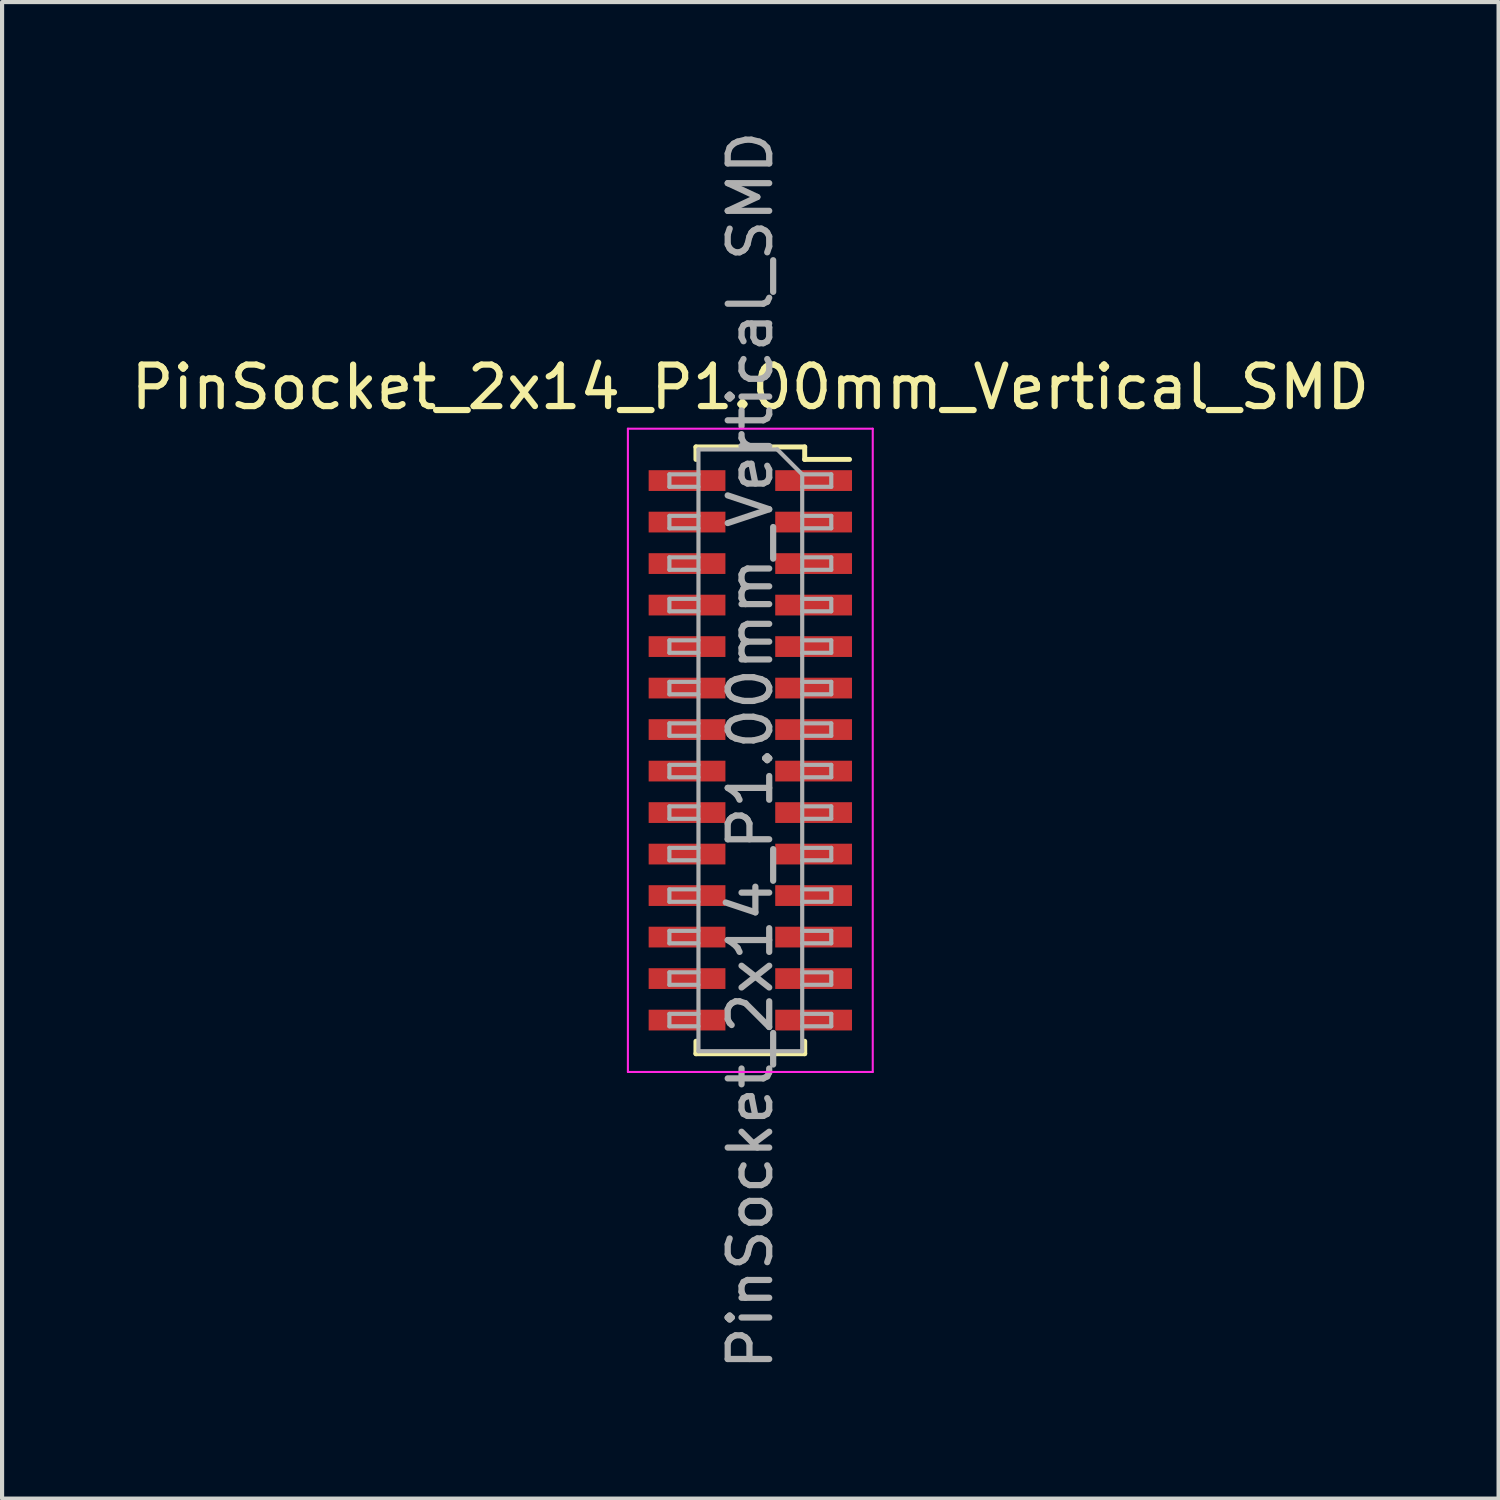
<source format=kicad_pcb>
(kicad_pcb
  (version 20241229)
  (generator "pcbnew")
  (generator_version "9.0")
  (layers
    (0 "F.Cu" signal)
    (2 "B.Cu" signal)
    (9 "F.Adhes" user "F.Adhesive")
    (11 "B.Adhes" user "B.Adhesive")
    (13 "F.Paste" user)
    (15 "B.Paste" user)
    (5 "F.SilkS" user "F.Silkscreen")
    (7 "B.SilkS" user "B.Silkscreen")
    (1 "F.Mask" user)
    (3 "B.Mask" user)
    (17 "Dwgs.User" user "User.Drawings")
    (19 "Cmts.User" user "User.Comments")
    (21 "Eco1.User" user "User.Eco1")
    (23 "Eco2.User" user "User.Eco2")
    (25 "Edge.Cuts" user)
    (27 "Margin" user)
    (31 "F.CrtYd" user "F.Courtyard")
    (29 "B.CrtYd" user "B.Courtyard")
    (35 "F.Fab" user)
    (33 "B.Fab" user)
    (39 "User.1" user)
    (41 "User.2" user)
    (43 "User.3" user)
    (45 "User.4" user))
  (footprint "PinSocket_2x14_P1.00mm_Vertical_SMD"
    (layer "F.Cu")
    (at 15.03 15.03)
    (property "Reference" "PinSocket_2x14_P1.00mm_Vertical_SMD" (at 0 -8.75 0) (layer "F.SilkS") (effects (font (size 1 1) (thickness 0.15))))
    (attr smd)
    (fp_line (start -1.31 -7.31) (end -1.31 -7.01) (stroke (width 0.12) (type solid)) (layer "F.SilkS"))
    (fp_line (start -1.31 -7.31) (end 1.31 -7.31) (stroke (width 0.12) (type solid)) (layer "F.SilkS"))
    (fp_line (start -1.31 7.01) (end -1.31 7.31) (stroke (width 0.12) (type solid)) (layer "F.SilkS"))
    (fp_line (start -1.31 7.31) (end 1.31 7.31) (stroke (width 0.12) (type solid)) (layer "F.SilkS"))
    (fp_line (start 1.31 -7.31) (end 1.31 -7.01) (stroke (width 0.12) (type solid)) (layer "F.SilkS"))
    (fp_line (start 1.31 -7.01) (end 2.39 -7.01) (stroke (width 0.12) (type solid)) (layer "F.SilkS"))
    (fp_line (start 1.31 7.01) (end 1.31 7.31) (stroke (width 0.12) (type solid)) (layer "F.SilkS"))
    (fp_line (start -2.95 -7.75) (end 2.95 -7.75) (stroke (width 0.05) (type solid)) (layer "F.CrtYd"))
    (fp_line (start -2.95 7.75) (end -2.95 -7.75) (stroke (width 0.05) (type solid)) (layer "F.CrtYd"))
    (fp_line (start 2.95 -7.75) (end 2.95 7.75) (stroke (width 0.05) (type solid)) (layer "F.CrtYd"))
    (fp_line (start 2.95 7.75) (end -2.95 7.75) (stroke (width 0.05) (type solid)) (layer "F.CrtYd"))
    (fp_line (start -1.95 -6.65) (end -1.25 -6.65) (stroke (width 0.1) (type solid)) (layer "F.Fab"))
    (fp_line (start -1.95 -6.35) (end -1.95 -6.65) (stroke (width 0.1) (type solid)) (layer "F.Fab"))
    (fp_line (start -1.95 -5.65) (end -1.25 -5.65) (stroke (width 0.1) (type solid)) (layer "F.Fab"))
    (fp_line (start -1.95 -5.35) (end -1.95 -5.65) (stroke (width 0.1) (type solid)) (layer "F.Fab"))
    (fp_line (start -1.95 -4.65) (end -1.25 -4.65) (stroke (width 0.1) (type solid)) (layer "F.Fab"))
    (fp_line (start -1.95 -4.35) (end -1.95 -4.65) (stroke (width 0.1) (type solid)) (layer "F.Fab"))
    (fp_line (start -1.95 -3.65) (end -1.25 -3.65) (stroke (width 0.1) (type solid)) (layer "F.Fab"))
    (fp_line (start -1.95 -3.35) (end -1.95 -3.65) (stroke (width 0.1) (type solid)) (layer "F.Fab"))
    (fp_line (start -1.95 -2.65) (end -1.25 -2.65) (stroke (width 0.1) (type solid)) (layer "F.Fab"))
    (fp_line (start -1.95 -2.35) (end -1.95 -2.65) (stroke (width 0.1) (type solid)) (layer "F.Fab"))
    (fp_line (start -1.95 -1.65) (end -1.25 -1.65) (stroke (width 0.1) (type solid)) (layer "F.Fab"))
    (fp_line (start -1.95 -1.35) (end -1.95 -1.65) (stroke (width 0.1) (type solid)) (layer "F.Fab"))
    (fp_line (start -1.95 -0.65) (end -1.25 -0.65) (stroke (width 0.1) (type solid)) (layer "F.Fab"))
    (fp_line (start -1.95 -0.35) (end -1.95 -0.65) (stroke (width 0.1) (type solid)) (layer "F.Fab"))
    (fp_line (start -1.95 0.35) (end -1.25 0.35) (stroke (width 0.1) (type solid)) (layer "F.Fab"))
    (fp_line (start -1.95 0.65) (end -1.95 0.35) (stroke (width 0.1) (type solid)) (layer "F.Fab"))
    (fp_line (start -1.95 1.35) (end -1.25 1.35) (stroke (width 0.1) (type solid)) (layer "F.Fab"))
    (fp_line (start -1.95 1.65) (end -1.95 1.35) (stroke (width 0.1) (type solid)) (layer "F.Fab"))
    (fp_line (start -1.95 2.35) (end -1.25 2.35) (stroke (width 0.1) (type solid)) (layer "F.Fab"))
    (fp_line (start -1.95 2.65) (end -1.95 2.35) (stroke (width 0.1) (type solid)) (layer "F.Fab"))
    (fp_line (start -1.95 3.35) (end -1.25 3.35) (stroke (width 0.1) (type solid)) (layer "F.Fab"))
    (fp_line (start -1.95 3.65) (end -1.95 3.35) (stroke (width 0.1) (type solid)) (layer "F.Fab"))
    (fp_line (start -1.95 4.35) (end -1.25 4.35) (stroke (width 0.1) (type solid)) (layer "F.Fab"))
    (fp_line (start -1.95 4.65) (end -1.95 4.35) (stroke (width 0.1) (type solid)) (layer "F.Fab"))
    (fp_line (start -1.95 5.35) (end -1.25 5.35) (stroke (width 0.1) (type solid)) (layer "F.Fab"))
    (fp_line (start -1.95 5.65) (end -1.95 5.35) (stroke (width 0.1) (type solid)) (layer "F.Fab"))
    (fp_line (start -1.95 6.35) (end -1.25 6.35) (stroke (width 0.1) (type solid)) (layer "F.Fab"))
    (fp_line (start -1.95 6.65) (end -1.95 6.35) (stroke (width 0.1) (type solid)) (layer "F.Fab"))
    (fp_line (start -1.25 -7.25) (end 0.65 -7.25) (stroke (width 0.1) (type solid)) (layer "F.Fab"))
    (fp_line (start -1.25 -6.35) (end -1.95 -6.35) (stroke (width 0.1) (type solid)) (layer "F.Fab"))
    (fp_line (start -1.25 -5.35) (end -1.95 -5.35) (stroke (width 0.1) (type solid)) (layer "F.Fab"))
    (fp_line (start -1.25 -4.35) (end -1.95 -4.35) (stroke (width 0.1) (type solid)) (layer "F.Fab"))
    (fp_line (start -1.25 -3.35) (end -1.95 -3.35) (stroke (width 0.1) (type solid)) (layer "F.Fab"))
    (fp_line (start -1.25 -2.35) (end -1.95 -2.35) (stroke (width 0.1) (type solid)) (layer "F.Fab"))
    (fp_line (start -1.25 -1.35) (end -1.95 -1.35) (stroke (width 0.1) (type solid)) (layer "F.Fab"))
    (fp_line (start -1.25 -0.35) (end -1.95 -0.35) (stroke (width 0.1) (type solid)) (layer "F.Fab"))
    (fp_line (start -1.25 0.65) (end -1.95 0.65) (stroke (width 0.1) (type solid)) (layer "F.Fab"))
    (fp_line (start -1.25 1.65) (end -1.95 1.65) (stroke (width 0.1) (type solid)) (layer "F.Fab"))
    (fp_line (start -1.25 2.65) (end -1.95 2.65) (stroke (width 0.1) (type solid)) (layer "F.Fab"))
    (fp_line (start -1.25 3.65) (end -1.95 3.65) (stroke (width 0.1) (type solid)) (layer "F.Fab"))
    (fp_line (start -1.25 4.65) (end -1.95 4.65) (stroke (width 0.1) (type solid)) (layer "F.Fab"))
    (fp_line (start -1.25 5.65) (end -1.95 5.65) (stroke (width 0.1) (type solid)) (layer "F.Fab"))
    (fp_line (start -1.25 6.65) (end -1.95 6.65) (stroke (width 0.1) (type solid)) (layer "F.Fab"))
    (fp_line (start -1.25 7.25) (end -1.25 -7.25) (stroke (width 0.1) (type solid)) (layer "F.Fab"))
    (fp_line (start 0.65 -7.25) (end 1.25 -6.65) (stroke (width 0.1) (type solid)) (layer "F.Fab"))
    (fp_line (start 1.25 -6.65) (end 1.25 7.25) (stroke (width 0.1) (type solid)) (layer "F.Fab"))
    (fp_line (start 1.25 -6.65) (end 1.95 -6.65) (stroke (width 0.1) (type solid)) (layer "F.Fab"))
    (fp_line (start 1.25 -5.65) (end 1.95 -5.65) (stroke (width 0.1) (type solid)) (layer "F.Fab"))
    (fp_line (start 1.25 -4.65) (end 1.95 -4.65) (stroke (width 0.1) (type solid)) (layer "F.Fab"))
    (fp_line (start 1.25 -3.65) (end 1.95 -3.65) (stroke (width 0.1) (type solid)) (layer "F.Fab"))
    (fp_line (start 1.25 -2.65) (end 1.95 -2.65) (stroke (width 0.1) (type solid)) (layer "F.Fab"))
    (fp_line (start 1.25 -1.65) (end 1.95 -1.65) (stroke (width 0.1) (type solid)) (layer "F.Fab"))
    (fp_line (start 1.25 -0.65) (end 1.95 -0.65) (stroke (width 0.1) (type solid)) (layer "F.Fab"))
    (fp_line (start 1.25 0.35) (end 1.95 0.35) (stroke (width 0.1) (type solid)) (layer "F.Fab"))
    (fp_line (start 1.25 1.35) (end 1.95 1.35) (stroke (width 0.1) (type solid)) (layer "F.Fab"))
    (fp_line (start 1.25 2.35) (end 1.95 2.35) (stroke (width 0.1) (type solid)) (layer "F.Fab"))
    (fp_line (start 1.25 3.35) (end 1.95 3.35) (stroke (width 0.1) (type solid)) (layer "F.Fab"))
    (fp_line (start 1.25 4.35) (end 1.95 4.35) (stroke (width 0.1) (type solid)) (layer "F.Fab"))
    (fp_line (start 1.25 5.35) (end 1.95 5.35) (stroke (width 0.1) (type solid)) (layer "F.Fab"))
    (fp_line (start 1.25 6.35) (end 1.95 6.35) (stroke (width 0.1) (type solid)) (layer "F.Fab"))
    (fp_line (start 1.25 7.25) (end -1.25 7.25) (stroke (width 0.1) (type solid)) (layer "F.Fab"))
    (fp_line (start 1.95 -6.65) (end 1.95 -6.35) (stroke (width 0.1) (type solid)) (layer "F.Fab"))
    (fp_line (start 1.95 -6.35) (end 1.25 -6.35) (stroke (width 0.1) (type solid)) (layer "F.Fab"))
    (fp_line (start 1.95 -5.65) (end 1.95 -5.35) (stroke (width 0.1) (type solid)) (layer "F.Fab"))
    (fp_line (start 1.95 -5.35) (end 1.25 -5.35) (stroke (width 0.1) (type solid)) (layer "F.Fab"))
    (fp_line (start 1.95 -4.65) (end 1.95 -4.35) (stroke (width 0.1) (type solid)) (layer "F.Fab"))
    (fp_line (start 1.95 -4.35) (end 1.25 -4.35) (stroke (width 0.1) (type solid)) (layer "F.Fab"))
    (fp_line (start 1.95 -3.65) (end 1.95 -3.35) (stroke (width 0.1) (type solid)) (layer "F.Fab"))
    (fp_line (start 1.95 -3.35) (end 1.25 -3.35) (stroke (width 0.1) (type solid)) (layer "F.Fab"))
    (fp_line (start 1.95 -2.65) (end 1.95 -2.35) (stroke (width 0.1) (type solid)) (layer "F.Fab"))
    (fp_line (start 1.95 -2.35) (end 1.25 -2.35) (stroke (width 0.1) (type solid)) (layer "F.Fab"))
    (fp_line (start 1.95 -1.65) (end 1.95 -1.35) (stroke (width 0.1) (type solid)) (layer "F.Fab"))
    (fp_line (start 1.95 -1.35) (end 1.25 -1.35) (stroke (width 0.1) (type solid)) (layer "F.Fab"))
    (fp_line (start 1.95 -0.65) (end 1.95 -0.35) (stroke (width 0.1) (type solid)) (layer "F.Fab"))
    (fp_line (start 1.95 -0.35) (end 1.25 -0.35) (stroke (width 0.1) (type solid)) (layer "F.Fab"))
    (fp_line (start 1.95 0.35) (end 1.95 0.65) (stroke (width 0.1) (type solid)) (layer "F.Fab"))
    (fp_line (start 1.95 0.65) (end 1.25 0.65) (stroke (width 0.1) (type solid)) (layer "F.Fab"))
    (fp_line (start 1.95 1.35) (end 1.95 1.65) (stroke (width 0.1) (type solid)) (layer "F.Fab"))
    (fp_line (start 1.95 1.65) (end 1.25 1.65) (stroke (width 0.1) (type solid)) (layer "F.Fab"))
    (fp_line (start 1.95 2.35) (end 1.95 2.65) (stroke (width 0.1) (type solid)) (layer "F.Fab"))
    (fp_line (start 1.95 2.65) (end 1.25 2.65) (stroke (width 0.1) (type solid)) (layer "F.Fab"))
    (fp_line (start 1.95 3.35) (end 1.95 3.65) (stroke (width 0.1) (type solid)) (layer "F.Fab"))
    (fp_line (start 1.95 3.65) (end 1.25 3.65) (stroke (width 0.1) (type solid)) (layer "F.Fab"))
    (fp_line (start 1.95 4.35) (end 1.95 4.65) (stroke (width 0.1) (type solid)) (layer "F.Fab"))
    (fp_line (start 1.95 4.65) (end 1.25 4.65) (stroke (width 0.1) (type solid)) (layer "F.Fab"))
    (fp_line (start 1.95 5.35) (end 1.95 5.65) (stroke (width 0.1) (type solid)) (layer "F.Fab"))
    (fp_line (start 1.95 5.65) (end 1.25 5.65) (stroke (width 0.1) (type solid)) (layer "F.Fab"))
    (fp_line (start 1.95 6.35) (end 1.95 6.65) (stroke (width 0.1) (type solid)) (layer "F.Fab"))
    (fp_line (start 1.95 6.65) (end 1.25 6.65) (stroke (width 0.1) (type solid)) (layer "F.Fab"))
    (fp_text user "${REFERENCE}" (at 0 0 90) (layer "F.Fab") (effects (font (size 1 1) (thickness 0.15))))
    (pad "1" smd rect (at 1.525 -6.5) (size 1.85 0.5) (layers "F.Cu" "F.Mask" "F.Paste"))
    (pad "2" smd rect (at -1.525 -6.5) (size 1.85 0.5) (layers "F.Cu" "F.Mask" "F.Paste"))
    (pad "3" smd rect (at 1.525 -5.5) (size 1.85 0.5) (layers "F.Cu" "F.Mask" "F.Paste"))
    (pad "4" smd rect (at -1.525 -5.5) (size 1.85 0.5) (layers "F.Cu" "F.Mask" "F.Paste"))
    (pad "5" smd rect (at 1.525 -4.5) (size 1.85 0.5) (layers "F.Cu" "F.Mask" "F.Paste"))
    (pad "6" smd rect (at -1.525 -4.5) (size 1.85 0.5) (layers "F.Cu" "F.Mask" "F.Paste"))
    (pad "7" smd rect (at 1.525 -3.5) (size 1.85 0.5) (layers "F.Cu" "F.Mask" "F.Paste"))
    (pad "8" smd rect (at -1.525 -3.5) (size 1.85 0.5) (layers "F.Cu" "F.Mask" "F.Paste"))
    (pad "9" smd rect (at 1.525 -2.5) (size 1.85 0.5) (layers "F.Cu" "F.Mask" "F.Paste"))
    (pad "10" smd rect (at -1.525 -2.5) (size 1.85 0.5) (layers "F.Cu" "F.Mask" "F.Paste"))
    (pad "11" smd rect (at 1.525 -1.5) (size 1.85 0.5) (layers "F.Cu" "F.Mask" "F.Paste"))
    (pad "12" smd rect (at -1.525 -1.5) (size 1.85 0.5) (layers "F.Cu" "F.Mask" "F.Paste"))
    (pad "13" smd rect (at 1.525 -0.5) (size 1.85 0.5) (layers "F.Cu" "F.Mask" "F.Paste"))
    (pad "14" smd rect (at -1.525 -0.5) (size 1.85 0.5) (layers "F.Cu" "F.Mask" "F.Paste"))
    (pad "15" smd rect (at 1.525 0.5) (size 1.85 0.5) (layers "F.Cu" "F.Mask" "F.Paste"))
    (pad "16" smd rect (at -1.525 0.5) (size 1.85 0.5) (layers "F.Cu" "F.Mask" "F.Paste"))
    (pad "17" smd rect (at 1.525 1.5) (size 1.85 0.5) (layers "F.Cu" "F.Mask" "F.Paste"))
    (pad "18" smd rect (at -1.525 1.5) (size 1.85 0.5) (layers "F.Cu" "F.Mask" "F.Paste"))
    (pad "19" smd rect (at 1.525 2.5) (size 1.85 0.5) (layers "F.Cu" "F.Mask" "F.Paste"))
    (pad "20" smd rect (at -1.525 2.5) (size 1.85 0.5) (layers "F.Cu" "F.Mask" "F.Paste"))
    (pad "21" smd rect (at 1.525 3.5) (size 1.85 0.5) (layers "F.Cu" "F.Mask" "F.Paste"))
    (pad "22" smd rect (at -1.525 3.5) (size 1.85 0.5) (layers "F.Cu" "F.Mask" "F.Paste"))
    (pad "23" smd rect (at 1.525 4.5) (size 1.85 0.5) (layers "F.Cu" "F.Mask" "F.Paste"))
    (pad "24" smd rect (at -1.525 4.5) (size 1.85 0.5) (layers "F.Cu" "F.Mask" "F.Paste"))
    (pad "25" smd rect (at 1.525 5.5) (size 1.85 0.5) (layers "F.Cu" "F.Mask" "F.Paste"))
    (pad "26" smd rect (at -1.525 5.5) (size 1.85 0.5) (layers "F.Cu" "F.Mask" "F.Paste"))
    (pad "27" smd rect (at 1.525 6.5) (size 1.85 0.5) (layers "F.Cu" "F.Mask" "F.Paste"))
    (pad "28" smd rect (at -1.525 6.5) (size 1.85 0.5) (layers "F.Cu" "F.Mask" "F.Paste")))
  (gr_rect
    (start -3 -3)
    (end 33.06 33.06)
    (stroke (width 0.1) (type default))
    (fill no)
    (layer "Edge.Cuts")))
</source>
